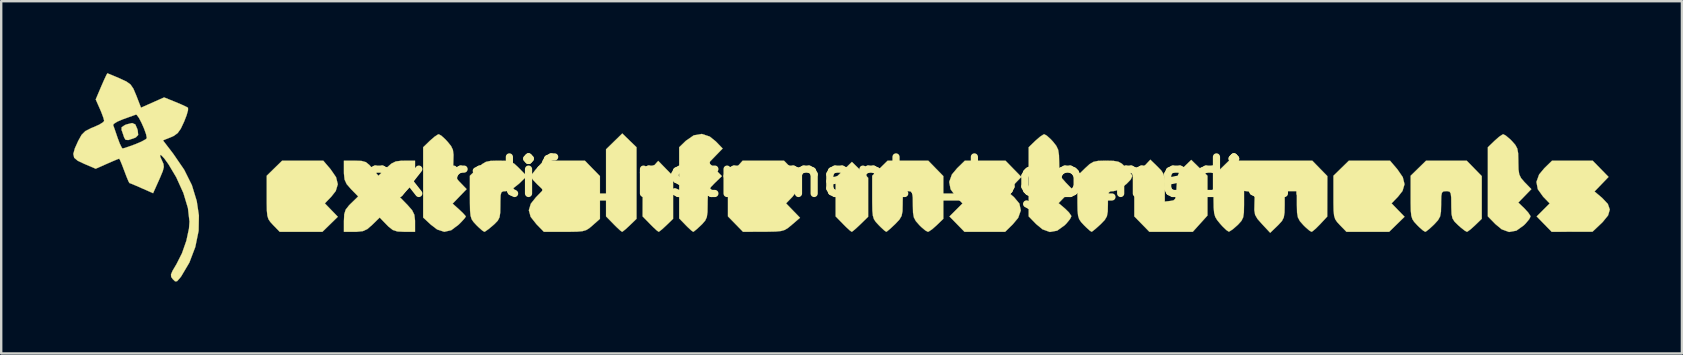
<source format=kicad_pcb>
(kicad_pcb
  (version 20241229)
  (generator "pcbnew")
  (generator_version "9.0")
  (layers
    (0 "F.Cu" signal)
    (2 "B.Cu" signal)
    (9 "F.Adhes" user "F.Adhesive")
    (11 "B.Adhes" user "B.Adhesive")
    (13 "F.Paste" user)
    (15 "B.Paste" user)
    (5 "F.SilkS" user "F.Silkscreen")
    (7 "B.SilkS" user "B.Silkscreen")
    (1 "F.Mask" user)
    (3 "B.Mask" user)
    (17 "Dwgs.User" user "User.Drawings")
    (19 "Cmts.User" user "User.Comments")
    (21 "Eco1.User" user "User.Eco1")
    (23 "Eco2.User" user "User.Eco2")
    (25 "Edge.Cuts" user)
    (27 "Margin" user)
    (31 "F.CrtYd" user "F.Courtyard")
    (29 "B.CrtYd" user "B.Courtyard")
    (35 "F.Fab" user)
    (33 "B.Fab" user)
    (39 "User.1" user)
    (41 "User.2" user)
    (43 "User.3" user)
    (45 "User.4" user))
  (footprint "extralife_instruments_logo_medium"
    (layer "F.Cu")
    (at 32.109 4.323)
    (property "Reference" "extralife_instruments_logo_medium" (at 0 0 0) (layer "F.SilkS") (effects (font (size 1.524 1.524) (thickness 0.3))))
    (attr through_hole)
    (fp_poly (pts (xy 0.677 -0.296) (xy 1.016 0.034) (xy 1.016 1.659) (xy 0.695 1.972) (xy 0.508 2.148) (xy 0.372 2.262) (xy 0.331 2.286) (xy 0.253 2.231) (xy 0.098 2.088) (xy -0.025 1.965) (xy -0.339 1.644) (xy -0.339 0.034) (xy 0.339 -0.627) (xy 0.677 -0.296)) (stroke (width 0.01) (type solid)) (fill yes) (layer "F.SilkS"))
    (fp_poly (pts (xy -8.933 -1.524) (xy -8.636 -1.237) (xy -8.636 1.745) (xy -8.915 2.015) (xy -9.09 2.177) (xy -9.211 2.273) (xy -9.237 2.286) (xy -9.315 2.231) (xy -9.469 2.088) (xy -9.592 1.965) (xy -9.906 1.644) (xy -9.906 -1.151) (xy -9.568 -1.481) (xy -9.229 -1.812) (xy -8.933 -1.524)) (stroke (width 0.01) (type solid)) (fill yes) (layer "F.SilkS"))
    (fp_poly (pts (xy -7.422 -0.352) (xy -7.112 -0.035) (xy -7.112 1.745) (xy -7.391 2.015) (xy -7.566 2.177) (xy -7.687 2.273) (xy -7.713 2.286) (xy -7.791 2.231) (xy -7.945 2.088) (xy -8.068 1.965) (xy -8.382 1.644) (xy -8.379 0.843) (xy -8.375 0.042) (xy -7.731 -0.669) (xy -7.422 -0.352)) (stroke (width 0.01) (type solid)) (fill yes) (layer "F.SilkS"))
    (fp_poly (pts (xy -29.521 -2.189) (xy -29.436 -1.995) (xy -29.419 -1.927) (xy -29.402 -1.749) (xy -29.497 -1.649) (xy -29.588 -1.61) (xy -29.809 -1.538) (xy -29.926 -1.547) (xy -29.986 -1.644) (xy -29.995 -1.672) (xy -30.066 -1.884) (xy -30.095 -1.958) (xy -30.091 -2.072) (xy -29.951 -2.164) (xy -29.877 -2.192) (xy -29.652 -2.246) (xy -29.521 -2.189)) (stroke (width 0.01) (type solid)) (fill yes) (layer "F.SilkS"))
    (fp_poly (pts (xy 7.069 -0.339) (xy 7.4 -0.001) (xy 7.108 0.303) (xy 6.816 0.607) (xy 7.091 0.839) (xy 7.318 1.11) (xy 7.377 1.398) (xy 7.268 1.703) (xy 7.045 1.972) (xy 6.724 2.286) (xy 5.03 2.286) (xy 4.717 1.966) (xy 4.405 1.646) (xy 4.947 1.104) (xy 4.675 0.823) (xy 4.451 0.512) (xy 4.394 0.207) (xy 4.505 -0.101) (xy 4.724 -0.364) (xy 5.045 -0.677) (xy 6.739 -0.677) (xy 7.069 -0.339)) (stroke (width 0.01) (type solid)) (fill yes) (layer "F.SilkS"))
    (fp_poly (pts (xy -21.385 -0.323) (xy -21.156 0.009) (xy -21.083 0.303) (xy -21.167 0.584) (xy -21.353 0.821) (xy -21.623 1.101) (xy -21.353 1.38) (xy -21.082 1.659) (xy -21.403 1.973) (xy -21.724 2.286) (xy -23.504 2.286) (xy -23.775 2.007) (xy -23.895 1.877) (xy -23.973 1.76) (xy -24.018 1.616) (xy -24.039 1.406) (xy -24.045 1.089) (xy -24.045 0.839) (xy -24.045 -0.05) (xy -23.724 -0.364) (xy -23.403 -0.677) (xy -21.688 -0.677) (xy -21.385 -0.323)) (stroke (width 0.01) (type solid)) (fill yes) (layer "F.SilkS"))
    (fp_poly (pts (xy -2.176 -0.356) (xy -1.932 -0.033) (xy -1.855 0.274) (xy -1.944 0.576) (xy -2.133 0.821) (xy -2.404 1.101) (xy -2.113 1.401) (xy -1.822 1.701) (xy -2.16 1.99) (xy -2.319 2.122) (xy -2.455 2.206) (xy -2.612 2.253) (xy -2.833 2.275) (xy -3.16 2.282) (xy -3.348 2.283) (xy -4.199 2.286) (xy -4.512 1.965) (xy -4.826 1.644) (xy -4.826 0.000488) (xy -4.52 -0.338) (xy -4.214 -0.677) (xy -2.49 -0.677) (xy -2.176 -0.356)) (stroke (width 0.01) (type solid)) (fill yes) (layer "F.SilkS"))
    (fp_poly (pts (xy 23.065 -0.323) (xy 23.294 0.009) (xy 23.367 0.303) (xy 23.283 0.584) (xy 23.097 0.821) (xy 22.827 1.101) (xy 23.097 1.38) (xy 23.368 1.659) (xy 23.047 1.973) (xy 22.726 2.286) (xy 20.946 2.286) (xy 20.675 2.007) (xy 20.555 1.877) (xy 20.477 1.76) (xy 20.432 1.616) (xy 20.411 1.406) (xy 20.405 1.089) (xy 20.405 0.839) (xy 20.405 -0.05) (xy 20.726 -0.364) (xy 21.047 -0.677) (xy 22.762 -0.677) (xy 23.065 -0.323)) (stroke (width 0.01) (type solid)) (fill yes) (layer "F.SilkS"))
    (fp_poly (pts (xy 31.538 -0.339) (xy 31.868 -0.001) (xy 31.576 0.303) (xy 31.284 0.606) (xy 31.602 0.875) (xy 31.838 1.124) (xy 31.92 1.359) (xy 31.848 1.604) (xy 31.619 1.884) (xy 31.559 1.942) (xy 31.2 2.282) (xy 30.349 2.284) (xy 29.498 2.286) (xy 29.186 1.966) (xy 28.873 1.646) (xy 29.415 1.104) (xy 29.143 0.823) (xy 28.92 0.512) (xy 28.863 0.207) (xy 28.974 -0.101) (xy 29.192 -0.364) (xy 29.513 -0.677) (xy 31.208 -0.677) (xy 31.538 -0.339)) (stroke (width 0.01) (type solid)) (fill yes) (layer "F.SilkS"))
    (fp_poly (pts (xy -10.474 -0.356) (xy -10.16 -0.035) (xy -10.16 1.747) (xy -10.464 2.016) (xy -10.608 2.138) (xy -10.737 2.216) (xy -10.891 2.26) (xy -11.113 2.28) (xy -11.445 2.286) (xy -11.633 2.286) (xy -12.496 2.286) (xy -12.81 1.965) (xy -13.047 1.663) (xy -13.123 1.388) (xy -13.04 1.115) (xy -12.826 0.846) (xy -12.529 0.541) (xy -12.784 0.297) (xy -12.943 0.129) (xy -13.032 0.005) (xy -13.039 -0.018) (xy -12.986 -0.118) (xy -12.853 -0.29) (xy -12.771 -0.383) (xy -12.503 -0.677) (xy -10.787 -0.677) (xy -10.474 -0.356)) (stroke (width 0.01) (type solid)) (fill yes) (layer "F.SilkS"))
    (fp_poly (pts (xy -5.583 -1.682) (xy -5.334 -1.482) (xy -5.047 -1.185) (xy -5.334 -0.889) (xy -5.621 -0.593) (xy -5.35 -0.313) (xy -5.079 -0.034) (xy -5.376 0.254) (xy -5.532 0.415) (xy -5.62 0.557) (xy -5.661 0.735) (xy -5.672 1.007) (xy -5.673 1.143) (xy -5.678 1.464) (xy -5.706 1.672) (xy -5.774 1.82) (xy -5.899 1.964) (xy -5.952 2.015) (xy -6.127 2.177) (xy -6.248 2.274) (xy -6.274 2.286) (xy -6.353 2.231) (xy -6.504 2.091) (xy -6.587 2.007) (xy -6.858 1.728) (xy -6.858 -1.237) (xy -6.579 -1.507) (xy -6.251 -1.734) (xy -5.916 -1.792) (xy -5.583 -1.682)) (stroke (width 0.01) (type solid)) (fill yes) (layer "F.SilkS"))
    (fp_poly (pts (xy 13.076 -0.428) (xy 13.236 -0.262) (xy 13.326 -0.117) (xy 13.367 0.065) (xy 13.377 0.343) (xy 13.377 0.446) (xy 13.377 1.027) (xy 13.61 1) (xy 13.735 0.977) (xy 13.807 0.915) (xy 13.844 0.775) (xy 13.863 0.517) (xy 13.868 0.415) (xy 13.89 0.101) (xy 13.936 -0.105) (xy 14.031 -0.264) (xy 14.186 -0.427) (xy 14.479 -0.711) (xy 14.817 -0.381) (xy 15.155 -0.05) (xy 15.155 1.608) (xy 14.849 1.947) (xy 14.543 2.286) (xy 12.734 2.286) (xy 12.421 1.965) (xy 12.107 1.644) (xy 12.107 -0.007) (xy 12.441 -0.363) (xy 12.774 -0.72) (xy 13.076 -0.428)) (stroke (width 0.01) (type solid)) (fill yes) (layer "F.SilkS"))
    (fp_poly (pts (xy -16.768 -1.719) (xy -16.603 -1.569) (xy -16.512 -1.471) (xy -16.363 -1.287) (xy -16.286 -1.126) (xy -16.261 -0.924) (xy -16.269 -0.628) (xy -16.278 -0.328) (xy -16.254 -0.134) (xy -16.177 0.016) (xy -16.026 0.186) (xy -16.006 0.208) (xy -15.715 0.508) (xy -16.007 0.81) (xy -16.298 1.112) (xy -16.023 1.359) (xy -15.856 1.519) (xy -15.758 1.63) (xy -15.748 1.651) (xy -15.804 1.731) (xy -15.945 1.885) (xy -16.052 1.991) (xy -16.357 2.22) (xy -16.647 2.286) (xy -16.944 2.189) (xy -17.209 1.986) (xy -17.526 1.691) (xy -17.526 -1.237) (xy -17.247 -1.507) (xy -17.06 -1.67) (xy -16.913 -1.767) (xy -16.875 -1.778) (xy -16.768 -1.719)) (stroke (width 0.01) (type solid)) (fill yes) (layer "F.SilkS"))
    (fp_poly (pts (xy 8.463 -1.719) (xy 8.627 -1.57) (xy 8.712 -1.479) (xy 8.856 -1.297) (xy 8.935 -1.128) (xy 8.968 -0.907) (xy 8.975 -0.615) (xy 8.982 -0.301) (xy 9.016 -0.096) (xy 9.097 0.06) (xy 9.243 0.226) (xy 9.245 0.229) (xy 9.516 0.508) (xy 9.233 0.8) (xy 8.951 1.091) (xy 9.217 1.315) (xy 9.384 1.48) (xy 9.477 1.615) (xy 9.483 1.642) (xy 9.426 1.759) (xy 9.283 1.934) (xy 9.203 2.015) (xy 8.893 2.238) (xy 8.588 2.294) (xy 8.28 2.182) (xy 8.018 1.965) (xy 7.705 1.644) (xy 7.705 -1.237) (xy 7.984 -1.507) (xy 8.171 -1.67) (xy 8.318 -1.767) (xy 8.356 -1.778) (xy 8.463 -1.719)) (stroke (width 0.01) (type solid)) (fill yes) (layer "F.SilkS"))
    (fp_poly (pts (xy 27.589 -1.722) (xy 27.757 -1.58) (xy 27.839 -1.499) (xy 27.983 -1.336) (xy 28.065 -1.184) (xy 28.101 -0.987) (xy 28.109 -0.685) (xy 28.109 -0.635) (xy 28.116 -0.316) (xy 28.147 -0.108) (xy 28.221 0.046) (xy 28.357 0.205) (xy 28.38 0.229) (xy 28.651 0.508) (xy 28.108 1.068) (xy 28.363 1.312) (xy 28.522 1.486) (xy 28.611 1.623) (xy 28.617 1.65) (xy 28.561 1.762) (xy 28.418 1.934) (xy 28.338 2.015) (xy 28.028 2.238) (xy 27.723 2.294) (xy 27.415 2.182) (xy 27.153 1.965) (xy 26.839 1.644) (xy 26.839 -1.237) (xy 27.119 -1.507) (xy 27.303 -1.67) (xy 27.446 -1.766) (xy 27.483 -1.778) (xy 27.589 -1.722)) (stroke (width 0.01) (type solid)) (fill yes) (layer "F.SilkS"))
    (fp_poly (pts (xy -14.08 -0.671) (xy -13.881 -0.636) (xy -13.727 -0.55) (xy -13.554 -0.389) (xy -13.521 -0.356) (xy -13.208 -0.035) (xy -13.529 0.279) (xy -13.824 0.511) (xy -14.075 0.593) (xy -14.079 0.593) (xy -14.2 0.6) (xy -14.269 0.646) (xy -14.3 0.769) (xy -14.308 1.007) (xy -14.309 1.17) (xy -14.314 1.481) (xy -14.343 1.68) (xy -14.416 1.821) (xy -14.553 1.963) (xy -14.613 2.016) (xy -14.803 2.175) (xy -14.942 2.272) (xy -14.978 2.286) (xy -15.067 2.23) (xy -15.225 2.089) (xy -15.308 2.007) (xy -15.429 1.877) (xy -15.507 1.76) (xy -15.551 1.616) (xy -15.572 1.406) (xy -15.578 1.089) (xy -15.579 0.839) (xy -15.579 -0.05) (xy -15.258 -0.364) (xy -15.07 -0.535) (xy -14.911 -0.629) (xy -14.717 -0.669) (xy -14.422 -0.677) (xy -14.386 -0.677) (xy -14.08 -0.671)) (stroke (width 0.01) (type solid)) (fill yes) (layer "F.SilkS"))
    (fp_poly (pts (xy 11.238 -0.67) (xy 11.438 -0.635) (xy 11.588 -0.553) (xy 11.749 -0.401) (xy 11.752 -0.398) (xy 11.915 -0.213) (xy 12.011 -0.07) (xy 12.023 -0.034) (xy 11.955 0.111) (xy 11.786 0.287) (xy 11.569 0.452) (xy 11.354 0.566) (xy 11.235 0.593) (xy 11.112 0.601) (xy 11.044 0.65) (xy 11.014 0.779) (xy 11.007 1.027) (xy 11.007 1.138) (xy 11 1.441) (xy 10.965 1.638) (xy 10.878 1.789) (xy 10.717 1.958) (xy 10.689 1.984) (xy 10.501 2.154) (xy 10.364 2.264) (xy 10.325 2.285) (xy 10.243 2.23) (xy 10.09 2.09) (xy 10.007 2.007) (xy 9.887 1.877) (xy 9.809 1.76) (xy 9.764 1.616) (xy 9.743 1.406) (xy 9.737 1.089) (xy 9.737 0.839) (xy 9.737 -0.05) (xy 10.058 -0.364) (xy 10.245 -0.535) (xy 10.404 -0.629) (xy 10.598 -0.669) (xy 10.892 -0.677) (xy 10.93 -0.677) (xy 11.238 -0.67)) (stroke (width 0.01) (type solid)) (fill yes) (layer "F.SilkS"))
    (fp_poly (pts (xy 3.835 -0.356) (xy 4.149 -0.035) (xy 4.149 1.745) (xy 3.869 2.015) (xy 3.685 2.178) (xy 3.542 2.274) (xy 3.505 2.286) (xy 3.399 2.23) (xy 3.231 2.088) (xy 3.149 2.007) (xy 3.003 1.841) (xy 2.921 1.686) (xy 2.886 1.483) (xy 2.879 1.172) (xy 2.879 1.16) (xy 2.875 0.859) (xy 2.855 0.689) (xy 2.805 0.613) (xy 2.711 0.593) (xy 2.667 0.593) (xy 2.552 0.603) (xy 2.488 0.659) (xy 2.461 0.8) (xy 2.455 1.065) (xy 2.455 1.126) (xy 2.448 1.427) (xy 2.41 1.623) (xy 2.317 1.78) (xy 2.145 1.962) (xy 2.134 1.972) (xy 1.947 2.148) (xy 1.811 2.262) (xy 1.77 2.286) (xy 1.69 2.231) (xy 1.539 2.091) (xy 1.456 2.007) (xy 1.335 1.877) (xy 1.257 1.76) (xy 1.213 1.616) (xy 1.192 1.406) (xy 1.186 1.089) (xy 1.185 0.839) (xy 1.185 -0.05) (xy 1.827 -0.677) (xy 3.522 -0.677) (xy 3.835 -0.356)) (stroke (width 0.01) (type solid)) (fill yes) (layer "F.SilkS"))
    (fp_poly (pts (xy 26.272 -0.356) (xy 26.585 -0.035) (xy 26.585 1.745) (xy 26.306 2.015) (xy 26.127 2.177) (xy 25.996 2.274) (xy 25.965 2.286) (xy 25.871 2.234) (xy 25.703 2.101) (xy 25.609 2.018) (xy 25.453 1.865) (xy 25.365 1.727) (xy 25.326 1.548) (xy 25.316 1.272) (xy 25.315 1.172) (xy 25.312 0.866) (xy 25.293 0.693) (xy 25.245 0.615) (xy 25.154 0.593) (xy 25.104 0.593) (xy 24.99 0.602) (xy 24.926 0.657) (xy 24.899 0.795) (xy 24.892 1.055) (xy 24.892 1.14) (xy 24.885 1.447) (xy 24.849 1.647) (xy 24.762 1.803) (xy 24.602 1.977) (xy 24.593 1.987) (xy 24.408 2.159) (xy 24.27 2.267) (xy 24.228 2.286) (xy 24.135 2.23) (xy 23.975 2.089) (xy 23.893 2.007) (xy 23.772 1.877) (xy 23.694 1.76) (xy 23.649 1.616) (xy 23.628 1.406) (xy 23.622 1.089) (xy 23.622 0.839) (xy 23.622 -0.05) (xy 23.943 -0.364) (xy 24.264 -0.677) (xy 25.958 -0.677) (xy 26.272 -0.356)) (stroke (width 0.01) (type solid)) (fill yes) (layer "F.SilkS"))
    (fp_poly (pts (xy -20.091 -0.667) (xy -19.913 -0.617) (xy -19.764 -0.496) (xy -19.65 -0.363) (xy -19.391 -0.048) (xy -19.069 -0.363) (xy -18.854 -0.553) (xy -18.668 -0.646) (xy -18.429 -0.676) (xy -18.306 -0.677) (xy -17.865 -0.677) (xy -17.865 -0.236) (xy -17.879 0.045) (xy -17.944 0.242) (xy -18.093 0.436) (xy -18.178 0.526) (xy -18.492 0.847) (xy -18.178 1.168) (xy -17.986 1.387) (xy -17.893 1.578) (xy -17.865 1.819) (xy -17.865 1.887) (xy -17.865 2.286) (xy -18.314 2.286) (xy -18.597 2.273) (xy -18.789 2.212) (xy -18.966 2.074) (xy -19.05 1.989) (xy -19.338 1.692) (xy -19.642 1.989) (xy -19.85 2.171) (xy -20.039 2.258) (xy -20.291 2.285) (xy -20.387 2.286) (xy -20.828 2.286) (xy -20.828 1.837) (xy -20.815 1.554) (xy -20.755 1.362) (xy -20.616 1.185) (xy -20.531 1.1) (xy -20.234 0.812) (xy -20.531 0.509) (xy -20.713 0.3) (xy -20.8 0.111) (xy -20.827 -0.14) (xy -20.828 -0.236) (xy -20.828 -0.677) (xy -20.368 -0.677) (xy -20.091 -0.667)) (stroke (width 0.01) (type solid)) (fill yes) (layer "F.SilkS"))
    (fp_poly (pts (xy 19.837 -0.356) (xy 20.151 -0.035) (xy 20.146 1.651) (xy 19.851 1.968) (xy 19.67 2.15) (xy 19.533 2.265) (xy 19.489 2.286) (xy 19.395 2.23) (xy 19.234 2.089) (xy 19.151 2.007) (xy 19.005 1.841) (xy 18.923 1.686) (xy 18.888 1.483) (xy 18.881 1.172) (xy 18.881 1.16) (xy 18.881 0.593) (xy 18.373 0.593) (xy 18.373 1.169) (xy 18.367 1.482) (xy 18.336 1.684) (xy 18.26 1.834) (xy 18.118 1.99) (xy 18.071 2.037) (xy 17.769 2.328) (xy 17.43 1.965) (xy 17.238 1.748) (xy 17.14 1.578) (xy 17.108 1.383) (xy 17.114 1.119) (xy 17.122 0.845) (xy 17.102 0.698) (xy 17.037 0.633) (xy 16.91 0.608) (xy 16.908 0.608) (xy 16.679 0.581) (xy 16.679 1.163) (xy 16.673 1.479) (xy 16.643 1.683) (xy 16.57 1.832) (xy 16.435 1.982) (xy 16.4 2.015) (xy 16.217 2.176) (xy 16.076 2.269) (xy 16.04 2.279) (xy 15.943 2.215) (xy 15.783 2.061) (xy 15.684 1.951) (xy 15.559 1.798) (xy 15.479 1.664) (xy 15.434 1.505) (xy 15.414 1.278) (xy 15.409 0.94) (xy 15.409 0.79) (xy 15.409 -0.05) (xy 16.051 -0.677) (xy 19.524 -0.677) (xy 19.837 -0.356)) (stroke (width 0.01) (type solid)) (fill yes) (layer "F.SilkS"))
    (fp_poly (pts (xy -30.601 -4.287) (xy -30.406 -4.206) (xy -30.167 -4.104) (xy -29.89 -3.975) (xy -29.72 -3.852) (xy -29.602 -3.681) (xy -29.486 -3.407) (xy -29.478 -3.388) (xy -29.284 -2.886) (xy -28.321 -3.314) (xy -27.855 -3.126) (xy -27.594 -3.016) (xy -27.399 -2.925) (xy -27.325 -2.883) (xy -27.324 -2.783) (xy -27.382 -2.575) (xy -27.486 -2.307) (xy -27.626 -2.009) (xy -27.756 -1.827) (xy -27.915 -1.711) (xy -28.039 -1.655) (xy -28.368 -1.524) (xy -27.941 -0.967) (xy -27.483 -0.299) (xy -27.163 0.343) (xy -26.961 1.004) (xy -26.871 1.604) (xy -26.883 2.244) (xy -27.021 2.918) (xy -27.268 3.568) (xy -27.606 4.139) (xy -27.666 4.217) (xy -27.783 4.347) (xy -27.865 4.35) (xy -27.959 4.259) (xy -28.026 4.165) (xy -28.034 4.064) (xy -27.97 3.912) (xy -27.824 3.665) (xy -27.809 3.641) (xy -27.575 3.178) (xy -27.393 2.657) (xy -27.284 2.148) (xy -27.263 1.863) (xy -27.328 1.298) (xy -27.517 0.67) (xy -27.813 0.016) (xy -28.138 -0.529) (xy -28.308 -0.765) (xy -28.431 -0.898) (xy -28.492 -0.921) (xy -28.474 -0.824) (xy -28.409 -0.683) (xy -28.347 -0.543) (xy -28.333 -0.413) (xy -28.375 -0.245) (xy -28.481 0.01) (xy -28.53 0.121) (xy -28.78 0.678) (xy -29.26 0.466) (xy -29.514 0.355) (xy -29.698 0.278) (xy -29.766 0.254) (xy -29.807 0.181) (xy -29.886 -0.009) (xy -29.979 -0.254) (xy -30.078 -0.515) (xy -30.156 -0.699) (xy -30.193 -0.762) (xy -30.279 -0.731) (xy -30.474 -0.649) (xy -30.696 -0.552) (xy -31.171 -0.342) (xy -31.651 -0.547) (xy -31.921 -0.675) (xy -32.068 -0.799) (xy -32.104 -0.96) (xy -32.039 -1.194) (xy -31.899 -1.504) (xy -31.76 -1.754) (xy -31.601 -1.912) (xy -31.359 -2.035) (xy -31.263 -2.073) (xy -31.068 -2.16) (xy -30.444 -2.16) (xy -30.398 -2.036) (xy -30.32 -1.81) (xy -30.259 -1.63) (xy -30.167 -1.386) (xy -30.087 -1.225) (xy -30.049 -1.185) (xy -29.942 -1.214) (xy -29.729 -1.287) (xy -29.514 -1.366) (xy -29.263 -1.473) (xy -29.091 -1.567) (xy -29.041 -1.617) (xy -29.072 -1.78) (xy -29.153 -2.007) (xy -29.259 -2.249) (xy -29.368 -2.458) (xy -29.459 -2.583) (xy -29.493 -2.599) (xy -29.624 -2.551) (xy -29.854 -2.469) (xy -30.036 -2.404) (xy -30.272 -2.304) (xy -30.418 -2.211) (xy -30.444 -2.16) (xy -31.068 -2.16) (xy -31.02 -2.181) (xy -30.859 -2.283) (xy -30.819 -2.338) (xy -30.851 -2.466) (xy -30.933 -2.687) (xy -30.995 -2.832) (xy -31.171 -3.23) (xy -30.94 -3.774) (xy -30.822 -4.043) (xy -30.731 -4.237) (xy -30.686 -4.318) (xy -30.685 -4.318) (xy -30.601 -4.287)) (stroke (width 0.01) (type solid)) (fill yes) (layer "F.SilkS")))
  (gr_rect
    (start -3 -3)
    (end 67.035 11.678)
    (stroke (width 0.1) (type default))
    (fill no)
    (layer "Edge.Cuts")))
</source>
